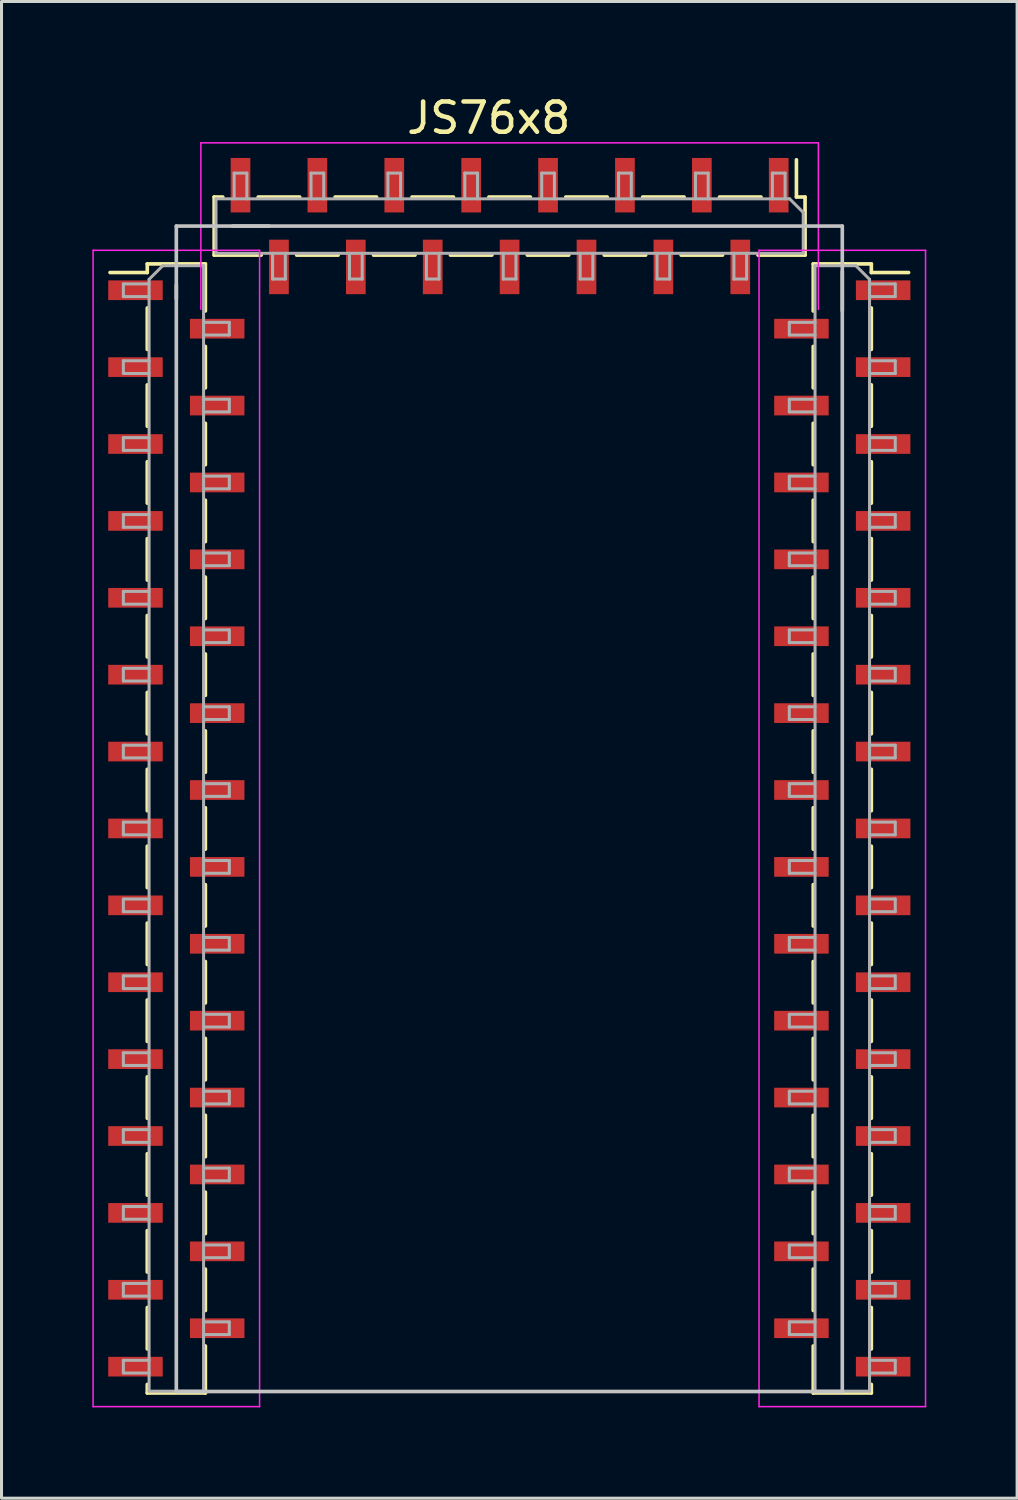
<source format=kicad_pcb>
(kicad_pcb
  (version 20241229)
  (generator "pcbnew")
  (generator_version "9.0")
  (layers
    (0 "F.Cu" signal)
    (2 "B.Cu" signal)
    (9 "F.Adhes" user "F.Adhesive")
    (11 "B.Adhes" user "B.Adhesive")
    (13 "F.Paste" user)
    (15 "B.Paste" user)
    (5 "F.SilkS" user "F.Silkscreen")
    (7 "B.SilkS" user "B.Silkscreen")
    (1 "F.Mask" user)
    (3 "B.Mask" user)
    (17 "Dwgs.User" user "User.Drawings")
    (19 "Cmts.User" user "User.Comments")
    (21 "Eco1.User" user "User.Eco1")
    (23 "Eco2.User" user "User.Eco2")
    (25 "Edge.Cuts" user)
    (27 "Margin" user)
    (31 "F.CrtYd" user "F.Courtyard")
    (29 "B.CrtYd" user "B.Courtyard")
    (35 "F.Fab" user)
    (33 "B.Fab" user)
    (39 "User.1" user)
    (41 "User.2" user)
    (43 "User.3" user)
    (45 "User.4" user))
  (footprint "JS76x8"
    (layer "F.Cu")
    (at 11.775 2.418)
    (property "Reference" "JS76x8" (at 1.32 -1.57 0) (layer "F.SilkS") (effects (font (size 1 1) (thickness 0.15))))
    (attr through_hole)
    (fp_line (start -11.19 3.535) (end -9.96 3.535) (stroke (width 0.12) (type solid)) (layer "F.SilkS"))
    (fp_line (start -9.96 3.25) (end -9.96 3.535) (stroke (width 0.12) (type solid)) (layer "F.SilkS"))
    (fp_line (start -9.96 3.25) (end -8.04 3.25) (stroke (width 0.12) (type solid)) (layer "F.SilkS"))
    (fp_line (start -9.96 4.705) (end -9.96 6.075) (stroke (width 0.12) (type solid)) (layer "F.SilkS"))
    (fp_line (start -9.96 7.245) (end -9.96 8.615) (stroke (width 0.12) (type solid)) (layer "F.SilkS"))
    (fp_line (start -9.96 9.785) (end -9.96 11.155) (stroke (width 0.12) (type solid)) (layer "F.SilkS"))
    (fp_line (start -9.96 12.325) (end -9.96 13.695) (stroke (width 0.12) (type solid)) (layer "F.SilkS"))
    (fp_line (start -9.96 14.865) (end -9.96 16.235) (stroke (width 0.12) (type solid)) (layer "F.SilkS"))
    (fp_line (start -9.96 17.405) (end -9.96 18.775) (stroke (width 0.12) (type solid)) (layer "F.SilkS"))
    (fp_line (start -9.96 19.945) (end -9.96 21.315) (stroke (width 0.12) (type solid)) (layer "F.SilkS"))
    (fp_line (start -9.96 22.485) (end -9.96 23.855) (stroke (width 0.12) (type solid)) (layer "F.SilkS"))
    (fp_line (start -9.96 25.025) (end -9.96 26.395) (stroke (width 0.12) (type solid)) (layer "F.SilkS"))
    (fp_line (start -9.96 27.565) (end -9.96 28.935) (stroke (width 0.12) (type solid)) (layer "F.SilkS"))
    (fp_line (start -9.96 30.105) (end -9.96 31.475) (stroke (width 0.12) (type solid)) (layer "F.SilkS"))
    (fp_line (start -9.96 32.645) (end -9.96 34.015) (stroke (width 0.12) (type solid)) (layer "F.SilkS"))
    (fp_line (start -9.96 35.185) (end -9.96 36.555) (stroke (width 0.12) (type solid)) (layer "F.SilkS"))
    (fp_line (start -9.96 37.725) (end -9.96 39.095) (stroke (width 0.12) (type solid)) (layer "F.SilkS"))
    (fp_line (start -9.96 40.265) (end -9.96 40.55) (stroke (width 0.12) (type solid)) (layer "F.SilkS"))
    (fp_line (start -9.96 40.55) (end -8.04 40.55) (stroke (width 0.12) (type solid)) (layer "F.SilkS"))
    (fp_line (start -8.04 3.25) (end -8.04 4.805) (stroke (width 0.12) (type solid)) (layer "F.SilkS"))
    (fp_line (start -8.04 5.975) (end -8.04 7.345) (stroke (width 0.12) (type solid)) (layer "F.SilkS"))
    (fp_line (start -8.04 8.515) (end -8.04 9.885) (stroke (width 0.12) (type solid)) (layer "F.SilkS"))
    (fp_line (start -8.04 11.055) (end -8.04 12.425) (stroke (width 0.12) (type solid)) (layer "F.SilkS"))
    (fp_line (start -8.04 13.595) (end -8.04 14.965) (stroke (width 0.12) (type solid)) (layer "F.SilkS"))
    (fp_line (start -8.04 16.135) (end -8.04 17.505) (stroke (width 0.12) (type solid)) (layer "F.SilkS"))
    (fp_line (start -8.04 18.675) (end -8.04 20.045) (stroke (width 0.12) (type solid)) (layer "F.SilkS"))
    (fp_line (start -8.04 21.215) (end -8.04 22.585) (stroke (width 0.12) (type solid)) (layer "F.SilkS"))
    (fp_line (start -8.04 23.755) (end -8.04 25.125) (stroke (width 0.12) (type solid)) (layer "F.SilkS"))
    (fp_line (start -8.04 26.295) (end -8.04 27.665) (stroke (width 0.12) (type solid)) (layer "F.SilkS"))
    (fp_line (start -8.04 28.835) (end -8.04 30.205) (stroke (width 0.12) (type solid)) (layer "F.SilkS"))
    (fp_line (start -8.04 31.375) (end -8.04 32.745) (stroke (width 0.12) (type solid)) (layer "F.SilkS"))
    (fp_line (start -8.04 33.915) (end -8.04 35.285) (stroke (width 0.12) (type solid)) (layer "F.SilkS"))
    (fp_line (start -8.04 36.455) (end -8.04 37.825) (stroke (width 0.12) (type solid)) (layer "F.SilkS"))
    (fp_line (start -8.04 38.995) (end -8.04 40.55) (stroke (width 0.12) (type solid)) (layer "F.SilkS"))
    (fp_line (start -7.75 1.04) (end -7.75 2.96) (stroke (width 0.12) (type solid)) (layer "F.SilkS"))
    (fp_line (start -7.465 1.04) (end -7.75 1.04) (stroke (width 0.12) (type solid)) (layer "F.SilkS"))
    (fp_line (start -6.195 2.96) (end -7.75 2.96) (stroke (width 0.12) (type solid)) (layer "F.SilkS"))
    (fp_line (start -4.925 1.04) (end -6.295 1.04) (stroke (width 0.12) (type solid)) (layer "F.SilkS"))
    (fp_line (start -3.655 2.96) (end -5.025 2.96) (stroke (width 0.12) (type solid)) (layer "F.SilkS"))
    (fp_line (start -2.385 1.04) (end -3.755 1.04) (stroke (width 0.12) (type solid)) (layer "F.SilkS"))
    (fp_line (start -1.115 2.96) (end -2.485 2.96) (stroke (width 0.12) (type solid)) (layer "F.SilkS"))
    (fp_line (start 0.155 1.04) (end -1.215 1.04) (stroke (width 0.12) (type solid)) (layer "F.SilkS"))
    (fp_line (start 1.425 2.96) (end 0.055 2.96) (stroke (width 0.12) (type solid)) (layer "F.SilkS"))
    (fp_line (start 2.695 1.04) (end 1.325 1.04) (stroke (width 0.12) (type solid)) (layer "F.SilkS"))
    (fp_line (start 3.965 2.96) (end 2.595 2.96) (stroke (width 0.12) (type solid)) (layer "F.SilkS"))
    (fp_line (start 5.235 1.04) (end 3.865 1.04) (stroke (width 0.12) (type solid)) (layer "F.SilkS"))
    (fp_line (start 6.505 2.96) (end 5.135 2.96) (stroke (width 0.12) (type solid)) (layer "F.SilkS"))
    (fp_line (start 7.775 1.04) (end 6.405 1.04) (stroke (width 0.12) (type solid)) (layer "F.SilkS"))
    (fp_line (start 9.045 2.96) (end 7.675 2.96) (stroke (width 0.12) (type solid)) (layer "F.SilkS"))
    (fp_line (start 10.315 1.04) (end 8.945 1.04) (stroke (width 0.12) (type solid)) (layer "F.SilkS"))
    (fp_line (start 11.485 -0.19) (end 11.485 1.04) (stroke (width 0.12) (type solid)) (layer "F.SilkS"))
    (fp_line (start 11.77 1.04) (end 11.485 1.04) (stroke (width 0.12) (type solid)) (layer "F.SilkS"))
    (fp_line (start 11.77 1.04) (end 11.77 2.96) (stroke (width 0.12) (type solid)) (layer "F.SilkS"))
    (fp_line (start 11.77 2.96) (end 10.215 2.96) (stroke (width 0.12) (type solid)) (layer "F.SilkS"))
    (fp_line (start 12.04 3.25) (end 12.04 4.805) (stroke (width 0.12) (type solid)) (layer "F.SilkS"))
    (fp_line (start 12.04 3.25) (end 13.96 3.25) (stroke (width 0.12) (type solid)) (layer "F.SilkS"))
    (fp_line (start 12.04 5.975) (end 12.04 7.345) (stroke (width 0.12) (type solid)) (layer "F.SilkS"))
    (fp_line (start 12.04 8.515) (end 12.04 9.885) (stroke (width 0.12) (type solid)) (layer "F.SilkS"))
    (fp_line (start 12.04 11.055) (end 12.04 12.425) (stroke (width 0.12) (type solid)) (layer "F.SilkS"))
    (fp_line (start 12.04 13.595) (end 12.04 14.965) (stroke (width 0.12) (type solid)) (layer "F.SilkS"))
    (fp_line (start 12.04 16.135) (end 12.04 17.505) (stroke (width 0.12) (type solid)) (layer "F.SilkS"))
    (fp_line (start 12.04 18.675) (end 12.04 20.045) (stroke (width 0.12) (type solid)) (layer "F.SilkS"))
    (fp_line (start 12.04 21.215) (end 12.04 22.585) (stroke (width 0.12) (type solid)) (layer "F.SilkS"))
    (fp_line (start 12.04 23.755) (end 12.04 25.125) (stroke (width 0.12) (type solid)) (layer "F.SilkS"))
    (fp_line (start 12.04 26.295) (end 12.04 27.665) (stroke (width 0.12) (type solid)) (layer "F.SilkS"))
    (fp_line (start 12.04 28.835) (end 12.04 30.205) (stroke (width 0.12) (type solid)) (layer "F.SilkS"))
    (fp_line (start 12.04 31.375) (end 12.04 32.745) (stroke (width 0.12) (type solid)) (layer "F.SilkS"))
    (fp_line (start 12.04 33.915) (end 12.04 35.285) (stroke (width 0.12) (type solid)) (layer "F.SilkS"))
    (fp_line (start 12.04 36.455) (end 12.04 37.825) (stroke (width 0.12) (type solid)) (layer "F.SilkS"))
    (fp_line (start 12.04 38.995) (end 12.04 40.55) (stroke (width 0.12) (type solid)) (layer "F.SilkS"))
    (fp_line (start 12.04 40.55) (end 13.96 40.55) (stroke (width 0.12) (type solid)) (layer "F.SilkS"))
    (fp_line (start 13.96 3.25) (end 13.96 3.535) (stroke (width 0.12) (type solid)) (layer "F.SilkS"))
    (fp_line (start 13.96 3.535) (end 15.19 3.535) (stroke (width 0.12) (type solid)) (layer "F.SilkS"))
    (fp_line (start 13.96 4.705) (end 13.96 6.075) (stroke (width 0.12) (type solid)) (layer "F.SilkS"))
    (fp_line (start 13.96 7.245) (end 13.96 8.615) (stroke (width 0.12) (type solid)) (layer "F.SilkS"))
    (fp_line (start 13.96 9.785) (end 13.96 11.155) (stroke (width 0.12) (type solid)) (layer "F.SilkS"))
    (fp_line (start 13.96 12.325) (end 13.96 13.695) (stroke (width 0.12) (type solid)) (layer "F.SilkS"))
    (fp_line (start 13.96 14.865) (end 13.96 16.235) (stroke (width 0.12) (type solid)) (layer "F.SilkS"))
    (fp_line (start 13.96 17.405) (end 13.96 18.775) (stroke (width 0.12) (type solid)) (layer "F.SilkS"))
    (fp_line (start 13.96 19.945) (end 13.96 21.315) (stroke (width 0.12) (type solid)) (layer "F.SilkS"))
    (fp_line (start 13.96 22.485) (end 13.96 23.855) (stroke (width 0.12) (type solid)) (layer "F.SilkS"))
    (fp_line (start 13.96 25.025) (end 13.96 26.395) (stroke (width 0.12) (type solid)) (layer "F.SilkS"))
    (fp_line (start 13.96 27.565) (end 13.96 28.935) (stroke (width 0.12) (type solid)) (layer "F.SilkS"))
    (fp_line (start 13.96 30.105) (end 13.96 31.475) (stroke (width 0.12) (type solid)) (layer "F.SilkS"))
    (fp_line (start 13.96 32.645) (end 13.96 34.015) (stroke (width 0.12) (type solid)) (layer "F.SilkS"))
    (fp_line (start 13.96 35.185) (end 13.96 36.555) (stroke (width 0.12) (type solid)) (layer "F.SilkS"))
    (fp_line (start 13.96 37.725) (end 13.96 39.095) (stroke (width 0.12) (type solid)) (layer "F.SilkS"))
    (fp_line (start 13.96 40.265) (end 13.96 40.55) (stroke (width 0.12) (type solid)) (layer "F.SilkS"))
    (fp_line (start -9 2) (end -9 40.5) (stroke (width 0.12) (type solid)) (layer "Dwgs.User"))
    (fp_line (start -9 2) (end 13 2) (stroke (width 0.12) (type solid)) (layer "Dwgs.User"))
    (fp_line (start -9 4.4) (end -9 3.95) (stroke (width 0.12) (type solid)) (layer "Dwgs.User"))
    (fp_line (start -9 40.5) (end 13 40.5) (stroke (width 0.12) (type solid)) (layer "Dwgs.User"))
    (fp_line (start -7.14 2) (end -5.94 2) (stroke (width 0.12) (type solid)) (layer "Dwgs.User"))
    (fp_line (start 13 3.5) (end 13 4.8) (stroke (width 0.12) (type solid)) (layer "Dwgs.User"))
    (fp_line (start 13 40.5) (end 13 2) (stroke (width 0.12) (type solid)) (layer "Dwgs.User"))
    (fp_line (start -11.75 2.8) (end -6.25 2.8) (stroke (width 0.05) (type solid)) (layer "F.CrtYd"))
    (fp_line (start -11.75 41) (end -11.75 2.8) (stroke (width 0.05) (type solid)) (layer "F.CrtYd"))
    (fp_line (start -8.19 -0.75) (end 12.21 -0.75) (stroke (width 0.05) (type solid)) (layer "F.CrtYd"))
    (fp_line (start -8.19 4.75) (end -8.19 -0.75) (stroke (width 0.05) (type solid)) (layer "F.CrtYd"))
    (fp_line (start -6.25 2.8) (end -6.25 41) (stroke (width 0.05) (type solid)) (layer "F.CrtYd"))
    (fp_line (start -6.25 41) (end -11.75 41) (stroke (width 0.05) (type solid)) (layer "F.CrtYd"))
    (fp_line (start 10.25 2.8) (end 15.75 2.8) (stroke (width 0.05) (type solid)) (layer "F.CrtYd"))
    (fp_line (start 10.25 41) (end 10.25 2.8) (stroke (width 0.05) (type solid)) (layer "F.CrtYd"))
    (fp_line (start 12.21 -0.75) (end 12.21 4.75) (stroke (width 0.05) (type solid)) (layer "F.CrtYd"))
    (fp_line (start 15.75 2.8) (end 15.75 41) (stroke (width 0.05) (type solid)) (layer "F.CrtYd"))
    (fp_line (start 15.75 41) (end 10.25 41) (stroke (width 0.05) (type solid)) (layer "F.CrtYd"))
    (fp_line (start -10.75 3.91) (end -9.9 3.91) (stroke (width 0.1) (type solid)) (layer "F.Fab"))
    (fp_line (start -10.75 4.33) (end -10.75 3.91) (stroke (width 0.1) (type solid)) (layer "F.Fab"))
    (fp_line (start -10.75 6.45) (end -9.9 6.45) (stroke (width 0.1) (type solid)) (layer "F.Fab"))
    (fp_line (start -10.75 6.87) (end -10.75 6.45) (stroke (width 0.1) (type solid)) (layer "F.Fab"))
    (fp_line (start -10.75 8.99) (end -9.9 8.99) (stroke (width 0.1) (type solid)) (layer "F.Fab"))
    (fp_line (start -10.75 9.41) (end -10.75 8.99) (stroke (width 0.1) (type solid)) (layer "F.Fab"))
    (fp_line (start -10.75 11.53) (end -9.9 11.53) (stroke (width 0.1) (type solid)) (layer "F.Fab"))
    (fp_line (start -10.75 11.95) (end -10.75 11.53) (stroke (width 0.1) (type solid)) (layer "F.Fab"))
    (fp_line (start -10.75 14.07) (end -9.9 14.07) (stroke (width 0.1) (type solid)) (layer "F.Fab"))
    (fp_line (start -10.75 14.49) (end -10.75 14.07) (stroke (width 0.1) (type solid)) (layer "F.Fab"))
    (fp_line (start -10.75 16.61) (end -9.9 16.61) (stroke (width 0.1) (type solid)) (layer "F.Fab"))
    (fp_line (start -10.75 17.03) (end -10.75 16.61) (stroke (width 0.1) (type solid)) (layer "F.Fab"))
    (fp_line (start -10.75 19.15) (end -9.9 19.15) (stroke (width 0.1) (type solid)) (layer "F.Fab"))
    (fp_line (start -10.75 19.57) (end -10.75 19.15) (stroke (width 0.1) (type solid)) (layer "F.Fab"))
    (fp_line (start -10.75 21.69) (end -9.9 21.69) (stroke (width 0.1) (type solid)) (layer "F.Fab"))
    (fp_line (start -10.75 22.11) (end -10.75 21.69) (stroke (width 0.1) (type solid)) (layer "F.Fab"))
    (fp_line (start -10.75 24.23) (end -9.9 24.23) (stroke (width 0.1) (type solid)) (layer "F.Fab"))
    (fp_line (start -10.75 24.65) (end -10.75 24.23) (stroke (width 0.1) (type solid)) (layer "F.Fab"))
    (fp_line (start -10.75 26.77) (end -9.9 26.77) (stroke (width 0.1) (type solid)) (layer "F.Fab"))
    (fp_line (start -10.75 27.19) (end -10.75 26.77) (stroke (width 0.1) (type solid)) (layer "F.Fab"))
    (fp_line (start -10.75 29.31) (end -9.9 29.31) (stroke (width 0.1) (type solid)) (layer "F.Fab"))
    (fp_line (start -10.75 29.73) (end -10.75 29.31) (stroke (width 0.1) (type solid)) (layer "F.Fab"))
    (fp_line (start -10.75 31.85) (end -9.9 31.85) (stroke (width 0.1) (type solid)) (layer "F.Fab"))
    (fp_line (start -10.75 32.27) (end -10.75 31.85) (stroke (width 0.1) (type solid)) (layer "F.Fab"))
    (fp_line (start -10.75 34.39) (end -9.9 34.39) (stroke (width 0.1) (type solid)) (layer "F.Fab"))
    (fp_line (start -10.75 34.81) (end -10.75 34.39) (stroke (width 0.1) (type solid)) (layer "F.Fab"))
    (fp_line (start -10.75 36.93) (end -9.9 36.93) (stroke (width 0.1) (type solid)) (layer "F.Fab"))
    (fp_line (start -10.75 37.35) (end -10.75 36.93) (stroke (width 0.1) (type solid)) (layer "F.Fab"))
    (fp_line (start -10.75 39.47) (end -9.9 39.47) (stroke (width 0.1) (type solid)) (layer "F.Fab"))
    (fp_line (start -10.75 39.89) (end -10.75 39.47) (stroke (width 0.1) (type solid)) (layer "F.Fab"))
    (fp_line (start -9.9 3.76) (end -9.45 3.31) (stroke (width 0.1) (type solid)) (layer "F.Fab"))
    (fp_line (start -9.9 4.33) (end -10.75 4.33) (stroke (width 0.1) (type solid)) (layer "F.Fab"))
    (fp_line (start -9.9 6.87) (end -10.75 6.87) (stroke (width 0.1) (type solid)) (layer "F.Fab"))
    (fp_line (start -9.9 9.41) (end -10.75 9.41) (stroke (width 0.1) (type solid)) (layer "F.Fab"))
    (fp_line (start -9.9 11.95) (end -10.75 11.95) (stroke (width 0.1) (type solid)) (layer "F.Fab"))
    (fp_line (start -9.9 14.49) (end -10.75 14.49) (stroke (width 0.1) (type solid)) (layer "F.Fab"))
    (fp_line (start -9.9 17.03) (end -10.75 17.03) (stroke (width 0.1) (type solid)) (layer "F.Fab"))
    (fp_line (start -9.9 19.57) (end -10.75 19.57) (stroke (width 0.1) (type solid)) (layer "F.Fab"))
    (fp_line (start -9.9 22.11) (end -10.75 22.11) (stroke (width 0.1) (type solid)) (layer "F.Fab"))
    (fp_line (start -9.9 24.65) (end -10.75 24.65) (stroke (width 0.1) (type solid)) (layer "F.Fab"))
    (fp_line (start -9.9 27.19) (end -10.75 27.19) (stroke (width 0.1) (type solid)) (layer "F.Fab"))
    (fp_line (start -9.9 29.73) (end -10.75 29.73) (stroke (width 0.1) (type solid)) (layer "F.Fab"))
    (fp_line (start -9.9 32.27) (end -10.75 32.27) (stroke (width 0.1) (type solid)) (layer "F.Fab"))
    (fp_line (start -9.9 34.81) (end -10.75 34.81) (stroke (width 0.1) (type solid)) (layer "F.Fab"))
    (fp_line (start -9.9 37.35) (end -10.75 37.35) (stroke (width 0.1) (type solid)) (layer "F.Fab"))
    (fp_line (start -9.9 39.89) (end -10.75 39.89) (stroke (width 0.1) (type solid)) (layer "F.Fab"))
    (fp_line (start -9.9 40.49) (end -9.9 3.76) (stroke (width 0.1) (type solid)) (layer "F.Fab"))
    (fp_line (start -9.45 3.31) (end -8.1 3.31) (stroke (width 0.1) (type solid)) (layer "F.Fab"))
    (fp_line (start -8.1 3.31) (end -8.1 40.49) (stroke (width 0.1) (type solid)) (layer "F.Fab"))
    (fp_line (start -8.1 5.18) (end -7.25 5.18) (stroke (width 0.1) (type solid)) (layer "F.Fab"))
    (fp_line (start -8.1 7.72) (end -7.25 7.72) (stroke (width 0.1) (type solid)) (layer "F.Fab"))
    (fp_line (start -8.1 10.26) (end -7.25 10.26) (stroke (width 0.1) (type solid)) (layer "F.Fab"))
    (fp_line (start -8.1 12.8) (end -7.25 12.8) (stroke (width 0.1) (type solid)) (layer "F.Fab"))
    (fp_line (start -8.1 15.34) (end -7.25 15.34) (stroke (width 0.1) (type solid)) (layer "F.Fab"))
    (fp_line (start -8.1 17.88) (end -7.25 17.88) (stroke (width 0.1) (type solid)) (layer "F.Fab"))
    (fp_line (start -8.1 20.42) (end -7.25 20.42) (stroke (width 0.1) (type solid)) (layer "F.Fab"))
    (fp_line (start -8.1 22.96) (end -7.25 22.96) (stroke (width 0.1) (type solid)) (layer "F.Fab"))
    (fp_line (start -8.1 25.5) (end -7.25 25.5) (stroke (width 0.1) (type solid)) (layer "F.Fab"))
    (fp_line (start -8.1 28.04) (end -7.25 28.04) (stroke (width 0.1) (type solid)) (layer "F.Fab"))
    (fp_line (start -8.1 30.58) (end -7.25 30.58) (stroke (width 0.1) (type solid)) (layer "F.Fab"))
    (fp_line (start -8.1 33.12) (end -7.25 33.12) (stroke (width 0.1) (type solid)) (layer "F.Fab"))
    (fp_line (start -8.1 35.66) (end -7.25 35.66) (stroke (width 0.1) (type solid)) (layer "F.Fab"))
    (fp_line (start -8.1 38.2) (end -7.25 38.2) (stroke (width 0.1) (type solid)) (layer "F.Fab"))
    (fp_line (start -8.1 40.49) (end -9.9 40.49) (stroke (width 0.1) (type solid)) (layer "F.Fab"))
    (fp_line (start -7.69 1.1) (end 11.26 1.1) (stroke (width 0.1) (type solid)) (layer "F.Fab"))
    (fp_line (start -7.69 2.9) (end -7.69 1.1) (stroke (width 0.1) (type solid)) (layer "F.Fab"))
    (fp_line (start -7.25 5.18) (end -7.25 5.6) (stroke (width 0.1) (type solid)) (layer "F.Fab"))
    (fp_line (start -7.25 5.6) (end -8.1 5.6) (stroke (width 0.1) (type solid)) (layer "F.Fab"))
    (fp_line (start -7.25 7.72) (end -7.25 8.14) (stroke (width 0.1) (type solid)) (layer "F.Fab"))
    (fp_line (start -7.25 8.14) (end -8.1 8.14) (stroke (width 0.1) (type solid)) (layer "F.Fab"))
    (fp_line (start -7.25 10.26) (end -7.25 10.68) (stroke (width 0.1) (type solid)) (layer "F.Fab"))
    (fp_line (start -7.25 10.68) (end -8.1 10.68) (stroke (width 0.1) (type solid)) (layer "F.Fab"))
    (fp_line (start -7.25 12.8) (end -7.25 13.22) (stroke (width 0.1) (type solid)) (layer "F.Fab"))
    (fp_line (start -7.25 13.22) (end -8.1 13.22) (stroke (width 0.1) (type solid)) (layer "F.Fab"))
    (fp_line (start -7.25 15.34) (end -7.25 15.76) (stroke (width 0.1) (type solid)) (layer "F.Fab"))
    (fp_line (start -7.25 15.76) (end -8.1 15.76) (stroke (width 0.1) (type solid)) (layer "F.Fab"))
    (fp_line (start -7.25 17.88) (end -7.25 18.3) (stroke (width 0.1) (type solid)) (layer "F.Fab"))
    (fp_line (start -7.25 18.3) (end -8.1 18.3) (stroke (width 0.1) (type solid)) (layer "F.Fab"))
    (fp_line (start -7.25 20.42) (end -7.25 20.84) (stroke (width 0.1) (type solid)) (layer "F.Fab"))
    (fp_line (start -7.25 20.84) (end -8.1 20.84) (stroke (width 0.1) (type solid)) (layer "F.Fab"))
    (fp_line (start -7.25 22.96) (end -7.25 23.38) (stroke (width 0.1) (type solid)) (layer "F.Fab"))
    (fp_line (start -7.25 23.38) (end -8.1 23.38) (stroke (width 0.1) (type solid)) (layer "F.Fab"))
    (fp_line (start -7.25 25.5) (end -7.25 25.92) (stroke (width 0.1) (type solid)) (layer "F.Fab"))
    (fp_line (start -7.25 25.92) (end -8.1 25.92) (stroke (width 0.1) (type solid)) (layer "F.Fab"))
    (fp_line (start -7.25 28.04) (end -7.25 28.46) (stroke (width 0.1) (type solid)) (layer "F.Fab"))
    (fp_line (start -7.25 28.46) (end -8.1 28.46) (stroke (width 0.1) (type solid)) (layer "F.Fab"))
    (fp_line (start -7.25 30.58) (end -7.25 31) (stroke (width 0.1) (type solid)) (layer "F.Fab"))
    (fp_line (start -7.25 31) (end -8.1 31) (stroke (width 0.1) (type solid)) (layer "F.Fab"))
    (fp_line (start -7.25 33.12) (end -7.25 33.54) (stroke (width 0.1) (type solid)) (layer "F.Fab"))
    (fp_line (start -7.25 33.54) (end -8.1 33.54) (stroke (width 0.1) (type solid)) (layer "F.Fab"))
    (fp_line (start -7.25 35.66) (end -7.25 36.08) (stroke (width 0.1) (type solid)) (layer "F.Fab"))
    (fp_line (start -7.25 36.08) (end -8.1 36.08) (stroke (width 0.1) (type solid)) (layer "F.Fab"))
    (fp_line (start -7.25 38.2) (end -7.25 38.62) (stroke (width 0.1) (type solid)) (layer "F.Fab"))
    (fp_line (start -7.25 38.62) (end -8.1 38.62) (stroke (width 0.1) (type solid)) (layer "F.Fab"))
    (fp_line (start -7.09 0.25) (end -6.67 0.25) (stroke (width 0.1) (type solid)) (layer "F.Fab"))
    (fp_line (start -7.09 1.1) (end -7.09 0.25) (stroke (width 0.1) (type solid)) (layer "F.Fab"))
    (fp_line (start -6.67 0.25) (end -6.67 1.1) (stroke (width 0.1) (type solid)) (layer "F.Fab"))
    (fp_line (start -5.82 3.75) (end -5.82 2.9) (stroke (width 0.1) (type solid)) (layer "F.Fab"))
    (fp_line (start -5.4 2.9) (end -5.4 3.75) (stroke (width 0.1) (type solid)) (layer "F.Fab"))
    (fp_line (start -5.4 3.75) (end -5.82 3.75) (stroke (width 0.1) (type solid)) (layer "F.Fab"))
    (fp_line (start -4.55 0.25) (end -4.13 0.25) (stroke (width 0.1) (type solid)) (layer "F.Fab"))
    (fp_line (start -4.55 1.1) (end -4.55 0.25) (stroke (width 0.1) (type solid)) (layer "F.Fab"))
    (fp_line (start -4.13 0.25) (end -4.13 1.1) (stroke (width 0.1) (type solid)) (layer "F.Fab"))
    (fp_line (start -3.28 3.75) (end -3.28 2.9) (stroke (width 0.1) (type solid)) (layer "F.Fab"))
    (fp_line (start -2.86 2.9) (end -2.86 3.75) (stroke (width 0.1) (type solid)) (layer "F.Fab"))
    (fp_line (start -2.86 3.75) (end -3.28 3.75) (stroke (width 0.1) (type solid)) (layer "F.Fab"))
    (fp_line (start -2.01 0.25) (end -1.59 0.25) (stroke (width 0.1) (type solid)) (layer "F.Fab"))
    (fp_line (start -2.01 1.1) (end -2.01 0.25) (stroke (width 0.1) (type solid)) (layer "F.Fab"))
    (fp_line (start -1.59 0.25) (end -1.59 1.1) (stroke (width 0.1) (type solid)) (layer "F.Fab"))
    (fp_line (start -0.74 3.75) (end -0.74 2.9) (stroke (width 0.1) (type solid)) (layer "F.Fab"))
    (fp_line (start -0.32 2.9) (end -0.32 3.75) (stroke (width 0.1) (type solid)) (layer "F.Fab"))
    (fp_line (start -0.32 3.75) (end -0.74 3.75) (stroke (width 0.1) (type solid)) (layer "F.Fab"))
    (fp_line (start 0.53 0.25) (end 0.95 0.25) (stroke (width 0.1) (type solid)) (layer "F.Fab"))
    (fp_line (start 0.53 1.1) (end 0.53 0.25) (stroke (width 0.1) (type solid)) (layer "F.Fab"))
    (fp_line (start 0.95 0.25) (end 0.95 1.1) (stroke (width 0.1) (type solid)) (layer "F.Fab"))
    (fp_line (start 1.8 3.75) (end 1.8 2.9) (stroke (width 0.1) (type solid)) (layer "F.Fab"))
    (fp_line (start 2.22 2.9) (end 2.22 3.75) (stroke (width 0.1) (type solid)) (layer "F.Fab"))
    (fp_line (start 2.22 3.75) (end 1.8 3.75) (stroke (width 0.1) (type solid)) (layer "F.Fab"))
    (fp_line (start 3.07 0.25) (end 3.49 0.25) (stroke (width 0.1) (type solid)) (layer "F.Fab"))
    (fp_line (start 3.07 1.1) (end 3.07 0.25) (stroke (width 0.1) (type solid)) (layer "F.Fab"))
    (fp_line (start 3.49 0.25) (end 3.49 1.1) (stroke (width 0.1) (type solid)) (layer "F.Fab"))
    (fp_line (start 4.34 3.75) (end 4.34 2.9) (stroke (width 0.1) (type solid)) (layer "F.Fab"))
    (fp_line (start 4.76 2.9) (end 4.76 3.75) (stroke (width 0.1) (type solid)) (layer "F.Fab"))
    (fp_line (start 4.76 3.75) (end 4.34 3.75) (stroke (width 0.1) (type solid)) (layer "F.Fab"))
    (fp_line (start 5.61 0.25) (end 6.03 0.25) (stroke (width 0.1) (type solid)) (layer "F.Fab"))
    (fp_line (start 5.61 1.1) (end 5.61 0.25) (stroke (width 0.1) (type solid)) (layer "F.Fab"))
    (fp_line (start 6.03 0.25) (end 6.03 1.1) (stroke (width 0.1) (type solid)) (layer "F.Fab"))
    (fp_line (start 6.88 3.75) (end 6.88 2.9) (stroke (width 0.1) (type solid)) (layer "F.Fab"))
    (fp_line (start 7.3 2.9) (end 7.3 3.75) (stroke (width 0.1) (type solid)) (layer "F.Fab"))
    (fp_line (start 7.3 3.75) (end 6.88 3.75) (stroke (width 0.1) (type solid)) (layer "F.Fab"))
    (fp_line (start 8.15 0.25) (end 8.57 0.25) (stroke (width 0.1) (type solid)) (layer "F.Fab"))
    (fp_line (start 8.15 1.1) (end 8.15 0.25) (stroke (width 0.1) (type solid)) (layer "F.Fab"))
    (fp_line (start 8.57 0.25) (end 8.57 1.1) (stroke (width 0.1) (type solid)) (layer "F.Fab"))
    (fp_line (start 9.42 3.75) (end 9.42 2.9) (stroke (width 0.1) (type solid)) (layer "F.Fab"))
    (fp_line (start 9.84 2.9) (end 9.84 3.75) (stroke (width 0.1) (type solid)) (layer "F.Fab"))
    (fp_line (start 9.84 3.75) (end 9.42 3.75) (stroke (width 0.1) (type solid)) (layer "F.Fab"))
    (fp_line (start 10.69 0.25) (end 11.11 0.25) (stroke (width 0.1) (type solid)) (layer "F.Fab"))
    (fp_line (start 10.69 1.1) (end 10.69 0.25) (stroke (width 0.1) (type solid)) (layer "F.Fab"))
    (fp_line (start 11.11 0.25) (end 11.11 1.1) (stroke (width 0.1) (type solid)) (layer "F.Fab"))
    (fp_line (start 11.25 5.18) (end 12.1 5.18) (stroke (width 0.1) (type solid)) (layer "F.Fab"))
    (fp_line (start 11.25 5.6) (end 11.25 5.18) (stroke (width 0.1) (type solid)) (layer "F.Fab"))
    (fp_line (start 11.25 7.72) (end 12.1 7.72) (stroke (width 0.1) (type solid)) (layer "F.Fab"))
    (fp_line (start 11.25 8.14) (end 11.25 7.72) (stroke (width 0.1) (type solid)) (layer "F.Fab"))
    (fp_line (start 11.25 10.26) (end 12.1 10.26) (stroke (width 0.1) (type solid)) (layer "F.Fab"))
    (fp_line (start 11.25 10.68) (end 11.25 10.26) (stroke (width 0.1) (type solid)) (layer "F.Fab"))
    (fp_line (start 11.25 12.8) (end 12.1 12.8) (stroke (width 0.1) (type solid)) (layer "F.Fab"))
    (fp_line (start 11.25 13.22) (end 11.25 12.8) (stroke (width 0.1) (type solid)) (layer "F.Fab"))
    (fp_line (start 11.25 15.34) (end 12.1 15.34) (stroke (width 0.1) (type solid)) (layer "F.Fab"))
    (fp_line (start 11.25 15.76) (end 11.25 15.34) (stroke (width 0.1) (type solid)) (layer "F.Fab"))
    (fp_line (start 11.25 17.88) (end 12.1 17.88) (stroke (width 0.1) (type solid)) (layer "F.Fab"))
    (fp_line (start 11.25 18.3) (end 11.25 17.88) (stroke (width 0.1) (type solid)) (layer "F.Fab"))
    (fp_line (start 11.25 20.42) (end 12.1 20.42) (stroke (width 0.1) (type solid)) (layer "F.Fab"))
    (fp_line (start 11.25 20.84) (end 11.25 20.42) (stroke (width 0.1) (type solid)) (layer "F.Fab"))
    (fp_line (start 11.25 22.96) (end 12.1 22.96) (stroke (width 0.1) (type solid)) (layer "F.Fab"))
    (fp_line (start 11.25 23.38) (end 11.25 22.96) (stroke (width 0.1) (type solid)) (layer "F.Fab"))
    (fp_line (start 11.25 25.5) (end 12.1 25.5) (stroke (width 0.1) (type solid)) (layer "F.Fab"))
    (fp_line (start 11.25 25.92) (end 11.25 25.5) (stroke (width 0.1) (type solid)) (layer "F.Fab"))
    (fp_line (start 11.25 28.04) (end 12.1 28.04) (stroke (width 0.1) (type solid)) (layer "F.Fab"))
    (fp_line (start 11.25 28.46) (end 11.25 28.04) (stroke (width 0.1) (type solid)) (layer "F.Fab"))
    (fp_line (start 11.25 30.58) (end 12.1 30.58) (stroke (width 0.1) (type solid)) (layer "F.Fab"))
    (fp_line (start 11.25 31) (end 11.25 30.58) (stroke (width 0.1) (type solid)) (layer "F.Fab"))
    (fp_line (start 11.25 33.12) (end 12.1 33.12) (stroke (width 0.1) (type solid)) (layer "F.Fab"))
    (fp_line (start 11.25 33.54) (end 11.25 33.12) (stroke (width 0.1) (type solid)) (layer "F.Fab"))
    (fp_line (start 11.25 35.66) (end 12.1 35.66) (stroke (width 0.1) (type solid)) (layer "F.Fab"))
    (fp_line (start 11.25 36.08) (end 11.25 35.66) (stroke (width 0.1) (type solid)) (layer "F.Fab"))
    (fp_line (start 11.25 38.2) (end 12.1 38.2) (stroke (width 0.1) (type solid)) (layer "F.Fab"))
    (fp_line (start 11.25 38.62) (end 11.25 38.2) (stroke (width 0.1) (type solid)) (layer "F.Fab"))
    (fp_line (start 11.26 1.1) (end 11.71 1.55) (stroke (width 0.1) (type solid)) (layer "F.Fab"))
    (fp_line (start 11.71 1.55) (end 11.71 2.9) (stroke (width 0.1) (type solid)) (layer "F.Fab"))
    (fp_line (start 11.71 2.9) (end -7.69 2.9) (stroke (width 0.1) (type solid)) (layer "F.Fab"))
    (fp_line (start 12.1 3.31) (end 13.45 3.31) (stroke (width 0.1) (type solid)) (layer "F.Fab"))
    (fp_line (start 12.1 5.6) (end 11.25 5.6) (stroke (width 0.1) (type solid)) (layer "F.Fab"))
    (fp_line (start 12.1 8.14) (end 11.25 8.14) (stroke (width 0.1) (type solid)) (layer "F.Fab"))
    (fp_line (start 12.1 10.68) (end 11.25 10.68) (stroke (width 0.1) (type solid)) (layer "F.Fab"))
    (fp_line (start 12.1 13.22) (end 11.25 13.22) (stroke (width 0.1) (type solid)) (layer "F.Fab"))
    (fp_line (start 12.1 15.76) (end 11.25 15.76) (stroke (width 0.1) (type solid)) (layer "F.Fab"))
    (fp_line (start 12.1 18.3) (end 11.25 18.3) (stroke (width 0.1) (type solid)) (layer "F.Fab"))
    (fp_line (start 12.1 20.84) (end 11.25 20.84) (stroke (width 0.1) (type solid)) (layer "F.Fab"))
    (fp_line (start 12.1 23.38) (end 11.25 23.38) (stroke (width 0.1) (type solid)) (layer "F.Fab"))
    (fp_line (start 12.1 25.92) (end 11.25 25.92) (stroke (width 0.1) (type solid)) (layer "F.Fab"))
    (fp_line (start 12.1 28.46) (end 11.25 28.46) (stroke (width 0.1) (type solid)) (layer "F.Fab"))
    (fp_line (start 12.1 31) (end 11.25 31) (stroke (width 0.1) (type solid)) (layer "F.Fab"))
    (fp_line (start 12.1 33.54) (end 11.25 33.54) (stroke (width 0.1) (type solid)) (layer "F.Fab"))
    (fp_line (start 12.1 36.08) (end 11.25 36.08) (stroke (width 0.1) (type solid)) (layer "F.Fab"))
    (fp_line (start 12.1 38.62) (end 11.25 38.62) (stroke (width 0.1) (type solid)) (layer "F.Fab"))
    (fp_line (start 12.1 40.49) (end 12.1 3.31) (stroke (width 0.1) (type solid)) (layer "F.Fab"))
    (fp_line (start 13.45 3.31) (end 13.9 3.76) (stroke (width 0.1) (type solid)) (layer "F.Fab"))
    (fp_line (start 13.9 3.76) (end 13.9 40.49) (stroke (width 0.1) (type solid)) (layer "F.Fab"))
    (fp_line (start 13.9 3.91) (end 14.75 3.91) (stroke (width 0.1) (type solid)) (layer "F.Fab"))
    (fp_line (start 13.9 6.45) (end 14.75 6.45) (stroke (width 0.1) (type solid)) (layer "F.Fab"))
    (fp_line (start 13.9 8.99) (end 14.75 8.99) (stroke (width 0.1) (type solid)) (layer "F.Fab"))
    (fp_line (start 13.9 11.53) (end 14.75 11.53) (stroke (width 0.1) (type solid)) (layer "F.Fab"))
    (fp_line (start 13.9 14.07) (end 14.75 14.07) (stroke (width 0.1) (type solid)) (layer "F.Fab"))
    (fp_line (start 13.9 16.61) (end 14.75 16.61) (stroke (width 0.1) (type solid)) (layer "F.Fab"))
    (fp_line (start 13.9 19.15) (end 14.75 19.15) (stroke (width 0.1) (type solid)) (layer "F.Fab"))
    (fp_line (start 13.9 21.69) (end 14.75 21.69) (stroke (width 0.1) (type solid)) (layer "F.Fab"))
    (fp_line (start 13.9 24.23) (end 14.75 24.23) (stroke (width 0.1) (type solid)) (layer "F.Fab"))
    (fp_line (start 13.9 26.77) (end 14.75 26.77) (stroke (width 0.1) (type solid)) (layer "F.Fab"))
    (fp_line (start 13.9 29.31) (end 14.75 29.31) (stroke (width 0.1) (type solid)) (layer "F.Fab"))
    (fp_line (start 13.9 31.85) (end 14.75 31.85) (stroke (width 0.1) (type solid)) (layer "F.Fab"))
    (fp_line (start 13.9 34.39) (end 14.75 34.39) (stroke (width 0.1) (type solid)) (layer "F.Fab"))
    (fp_line (start 13.9 36.93) (end 14.75 36.93) (stroke (width 0.1) (type solid)) (layer "F.Fab"))
    (fp_line (start 13.9 39.47) (end 14.75 39.47) (stroke (width 0.1) (type solid)) (layer "F.Fab"))
    (fp_line (start 13.9 40.49) (end 12.1 40.49) (stroke (width 0.1) (type solid)) (layer "F.Fab"))
    (fp_line (start 14.75 3.91) (end 14.75 4.33) (stroke (width 0.1) (type solid)) (layer "F.Fab"))
    (fp_line (start 14.75 4.33) (end 13.9 4.33) (stroke (width 0.1) (type solid)) (layer "F.Fab"))
    (fp_line (start 14.75 6.45) (end 14.75 6.87) (stroke (width 0.1) (type solid)) (layer "F.Fab"))
    (fp_line (start 14.75 6.87) (end 13.9 6.87) (stroke (width 0.1) (type solid)) (layer "F.Fab"))
    (fp_line (start 14.75 8.99) (end 14.75 9.41) (stroke (width 0.1) (type solid)) (layer "F.Fab"))
    (fp_line (start 14.75 9.41) (end 13.9 9.41) (stroke (width 0.1) (type solid)) (layer "F.Fab"))
    (fp_line (start 14.75 11.53) (end 14.75 11.95) (stroke (width 0.1) (type solid)) (layer "F.Fab"))
    (fp_line (start 14.75 11.95) (end 13.9 11.95) (stroke (width 0.1) (type solid)) (layer "F.Fab"))
    (fp_line (start 14.75 14.07) (end 14.75 14.49) (stroke (width 0.1) (type solid)) (layer "F.Fab"))
    (fp_line (start 14.75 14.49) (end 13.9 14.49) (stroke (width 0.1) (type solid)) (layer "F.Fab"))
    (fp_line (start 14.75 16.61) (end 14.75 17.03) (stroke (width 0.1) (type solid)) (layer "F.Fab"))
    (fp_line (start 14.75 17.03) (end 13.9 17.03) (stroke (width 0.1) (type solid)) (layer "F.Fab"))
    (fp_line (start 14.75 19.15) (end 14.75 19.57) (stroke (width 0.1) (type solid)) (layer "F.Fab"))
    (fp_line (start 14.75 19.57) (end 13.9 19.57) (stroke (width 0.1) (type solid)) (layer "F.Fab"))
    (fp_line (start 14.75 21.69) (end 14.75 22.11) (stroke (width 0.1) (type solid)) (layer "F.Fab"))
    (fp_line (start 14.75 22.11) (end 13.9 22.11) (stroke (width 0.1) (type solid)) (layer "F.Fab"))
    (fp_line (start 14.75 24.23) (end 14.75 24.65) (stroke (width 0.1) (type solid)) (layer "F.Fab"))
    (fp_line (start 14.75 24.65) (end 13.9 24.65) (stroke (width 0.1) (type solid)) (layer "F.Fab"))
    (fp_line (start 14.75 26.77) (end 14.75 27.19) (stroke (width 0.1) (type solid)) (layer "F.Fab"))
    (fp_line (start 14.75 27.19) (end 13.9 27.19) (stroke (width 0.1) (type solid)) (layer "F.Fab"))
    (fp_line (start 14.75 29.31) (end 14.75 29.73) (stroke (width 0.1) (type solid)) (layer "F.Fab"))
    (fp_line (start 14.75 29.73) (end 13.9 29.73) (stroke (width 0.1) (type solid)) (layer "F.Fab"))
    (fp_line (start 14.75 31.85) (end 14.75 32.27) (stroke (width 0.1) (type solid)) (layer "F.Fab"))
    (fp_line (start 14.75 32.27) (end 13.9 32.27) (stroke (width 0.1) (type solid)) (layer "F.Fab"))
    (fp_line (start 14.75 34.39) (end 14.75 34.81) (stroke (width 0.1) (type solid)) (layer "F.Fab"))
    (fp_line (start 14.75 34.81) (end 13.9 34.81) (stroke (width 0.1) (type solid)) (layer "F.Fab"))
    (fp_line (start 14.75 36.93) (end 14.75 37.35) (stroke (width 0.1) (type solid)) (layer "F.Fab"))
    (fp_line (start 14.75 37.35) (end 13.9 37.35) (stroke (width 0.1) (type solid)) (layer "F.Fab"))
    (fp_line (start 14.75 39.47) (end 14.75 39.89) (stroke (width 0.1) (type solid)) (layer "F.Fab"))
    (fp_line (start 14.75 39.89) (end 13.9 39.89) (stroke (width 0.1) (type solid)) (layer "F.Fab"))
    (pad "1" smd rect (at 14.35 39.68) (size 1.8 0.65) (layers "F.Cu" "F.Mask" "F.Paste"))
    (pad "2" smd rect (at 11.65 38.41) (size 1.8 0.65) (layers "F.Cu" "F.Mask" "F.Paste"))
    (pad "3" smd rect (at 14.35 37.14) (size 1.8 0.65) (layers "F.Cu" "F.Mask" "F.Paste"))
    (pad "4" smd rect (at 11.65 35.87) (size 1.8 0.65) (layers "F.Cu" "F.Mask" "F.Paste"))
    (pad "5" smd rect (at 14.35 34.6) (size 1.8 0.65) (layers "F.Cu" "F.Mask" "F.Paste"))
    (pad "6" smd rect (at 11.65 33.33) (size 1.8 0.65) (layers "F.Cu" "F.Mask" "F.Paste"))
    (pad "7" smd rect (at 14.35 32.06) (size 1.8 0.65) (layers "F.Cu" "F.Mask" "F.Paste"))
    (pad "8" smd rect (at 11.65 30.79) (size 1.8 0.65) (layers "F.Cu" "F.Mask" "F.Paste"))
    (pad "9" smd rect (at 14.35 29.52) (size 1.8 0.65) (layers "F.Cu" "F.Mask" "F.Paste"))
    (pad "10" smd rect (at 11.65 28.25) (size 1.8 0.65) (layers "F.Cu" "F.Mask" "F.Paste"))
    (pad "11" smd rect (at 14.35 26.98) (size 1.8 0.65) (layers "F.Cu" "F.Mask" "F.Paste"))
    (pad "12" smd rect (at 11.65 25.71) (size 1.8 0.65) (layers "F.Cu" "F.Mask" "F.Paste"))
    (pad "13" smd rect (at 14.35 24.44) (size 1.8 0.65) (layers "F.Cu" "F.Mask" "F.Paste"))
    (pad "14" smd rect (at 11.65 23.17) (size 1.8 0.65) (layers "F.Cu" "F.Mask" "F.Paste"))
    (pad "15" smd rect (at 14.35 21.9) (size 1.8 0.65) (layers "F.Cu" "F.Mask" "F.Paste"))
    (pad "16" smd rect (at 11.65 20.63) (size 1.8 0.65) (layers "F.Cu" "F.Mask" "F.Paste"))
    (pad "17" smd rect (at 14.35 19.36) (size 1.8 0.65) (layers "F.Cu" "F.Mask" "F.Paste"))
    (pad "18" smd rect (at 11.65 18.09) (size 1.8 0.65) (layers "F.Cu" "F.Mask" "F.Paste"))
    (pad "19" smd rect (at 14.35 16.82) (size 1.8 0.65) (layers "F.Cu" "F.Mask" "F.Paste"))
    (pad "20" smd rect (at 11.65 15.55) (size 1.8 0.65) (layers "F.Cu" "F.Mask" "F.Paste"))
    (pad "21" smd rect (at 14.35 14.28) (size 1.8 0.65) (layers "F.Cu" "F.Mask" "F.Paste"))
    (pad "22" smd rect (at 11.65 13.01) (size 1.8 0.65) (layers "F.Cu" "F.Mask" "F.Paste"))
    (pad "23" smd rect (at 14.35 11.74) (size 1.8 0.65) (layers "F.Cu" "F.Mask" "F.Paste"))
    (pad "24" smd rect (at 11.65 10.47) (size 1.8 0.65) (layers "F.Cu" "F.Mask" "F.Paste"))
    (pad "25" smd rect (at 14.35 9.2) (size 1.8 0.65) (layers "F.Cu" "F.Mask" "F.Paste"))
    (pad "26" smd rect (at 11.65 7.93) (size 1.8 0.65) (layers "F.Cu" "F.Mask" "F.Paste"))
    (pad "27" smd rect (at 14.35 6.66) (size 1.8 0.65) (layers "F.Cu" "F.Mask" "F.Paste"))
    (pad "28" smd rect (at 11.65 5.39) (size 1.8 0.65) (layers "F.Cu" "F.Mask" "F.Paste"))
    (pad "29" smd rect (at 14.35 4.12) (size 1.8 0.65) (layers "F.Cu" "F.Mask" "F.Paste"))
    (pad "30" smd rect (at 10.9 0.65 270) (size 1.8 0.65) (layers "F.Cu" "F.Mask" "F.Paste"))
    (pad "31" smd rect (at 9.63 3.35 270) (size 1.8 0.65) (layers "F.Cu" "F.Mask" "F.Paste"))
    (pad "32" smd rect (at 8.36 0.65 270) (size 1.8 0.65) (layers "F.Cu" "F.Mask" "F.Paste"))
    (pad "33" smd rect (at 7.09 3.35 270) (size 1.8 0.65) (layers "F.Cu" "F.Mask" "F.Paste"))
    (pad "34" smd rect (at 5.82 0.65 270) (size 1.8 0.65) (layers "F.Cu" "F.Mask" "F.Paste"))
    (pad "35" smd rect (at 4.55 3.35 270) (size 1.8 0.65) (layers "F.Cu" "F.Mask" "F.Paste"))
    (pad "36" smd rect (at 3.28 0.65 270) (size 1.8 0.65) (layers "F.Cu" "F.Mask" "F.Paste"))
    (pad "37" smd rect (at 2.01 3.35 270) (size 1.8 0.65) (layers "F.Cu" "F.Mask" "F.Paste"))
    (pad "38" smd rect (at 0.74 0.65 270) (size 1.8 0.65) (layers "F.Cu" "F.Mask" "F.Paste"))
    (pad "39" smd rect (at -0.53 3.35 270) (size 1.8 0.65) (layers "F.Cu" "F.Mask" "F.Paste"))
    (pad "40" smd rect (at -1.8 0.65 270) (size 1.8 0.65) (layers "F.Cu" "F.Mask" "F.Paste"))
    (pad "41" smd rect (at -3.07 3.35 270) (size 1.8 0.65) (layers "F.Cu" "F.Mask" "F.Paste"))
    (pad "42" smd rect (at -4.34 0.65 270) (size 1.8 0.65) (layers "F.Cu" "F.Mask" "F.Paste"))
    (pad "43" smd rect (at -5.61 3.35 270) (size 1.8 0.65) (layers "F.Cu" "F.Mask" "F.Paste"))
    (pad "44" smd rect (at -6.88 0.65 270) (size 1.8 0.65) (layers "F.Cu" "F.Mask" "F.Paste"))
    (pad "45" smd rect (at -10.35 4.12) (size 1.8 0.65) (layers "F.Cu" "F.Mask" "F.Paste"))
    (pad "46" smd rect (at -7.65 5.39) (size 1.8 0.65) (layers "F.Cu" "F.Mask" "F.Paste"))
    (pad "47" smd rect (at -10.35 6.66) (size 1.8 0.65) (layers "F.Cu" "F.Mask" "F.Paste"))
    (pad "48" smd rect (at -7.65 7.93) (size 1.8 0.65) (layers "F.Cu" "F.Mask" "F.Paste"))
    (pad "49" smd rect (at -10.35 9.2) (size 1.8 0.65) (layers "F.Cu" "F.Mask" "F.Paste"))
    (pad "50" smd rect (at -7.65 10.47) (size 1.8 0.65) (layers "F.Cu" "F.Mask" "F.Paste"))
    (pad "51" smd rect (at -10.35 11.74) (size 1.8 0.65) (layers "F.Cu" "F.Mask" "F.Paste"))
    (pad "52" smd rect (at -7.65 13.01) (size 1.8 0.65) (layers "F.Cu" "F.Mask" "F.Paste"))
    (pad "53" smd rect (at -10.35 14.28) (size 1.8 0.65) (layers "F.Cu" "F.Mask" "F.Paste"))
    (pad "54" smd rect (at -7.65 15.55) (size 1.8 0.65) (layers "F.Cu" "F.Mask" "F.Paste"))
    (pad "55" smd rect (at -10.35 16.82) (size 1.8 0.65) (layers "F.Cu" "F.Mask" "F.Paste"))
    (pad "56" smd rect (at -7.65 18.09) (size 1.8 0.65) (layers "F.Cu" "F.Mask" "F.Paste"))
    (pad "57" smd rect (at -10.35 19.36) (size 1.8 0.65) (layers "F.Cu" "F.Mask" "F.Paste"))
    (pad "58" smd rect (at -7.65 20.63) (size 1.8 0.65) (layers "F.Cu" "F.Mask" "F.Paste"))
    (pad "59" smd rect (at -10.35 21.9) (size 1.8 0.65) (layers "F.Cu" "F.Mask" "F.Paste"))
    (pad "60" smd rect (at -7.65 23.17) (size 1.8 0.65) (layers "F.Cu" "F.Mask" "F.Paste"))
    (pad "61" smd rect (at -10.35 24.44) (size 1.8 0.65) (layers "F.Cu" "F.Mask" "F.Paste"))
    (pad "62" smd rect (at -7.65 25.71) (size 1.8 0.65) (layers "F.Cu" "F.Mask" "F.Paste"))
    (pad "63" smd rect (at -10.35 26.98) (size 1.8 0.65) (layers "F.Cu" "F.Mask" "F.Paste"))
    (pad "64" smd rect (at -7.65 28.25) (size 1.8 0.65) (layers "F.Cu" "F.Mask" "F.Paste"))
    (pad "65" smd rect (at -10.35 29.52) (size 1.8 0.65) (layers "F.Cu" "F.Mask" "F.Paste"))
    (pad "66" smd rect (at -7.65 30.79) (size 1.8 0.65) (layers "F.Cu" "F.Mask" "F.Paste"))
    (pad "67" smd rect (at -10.35 32.06) (size 1.8 0.65) (layers "F.Cu" "F.Mask" "F.Paste"))
    (pad "68" smd rect (at -7.65 33.33) (size 1.8 0.65) (layers "F.Cu" "F.Mask" "F.Paste"))
    (pad "69" smd rect (at -10.35 34.6) (size 1.8 0.65) (layers "F.Cu" "F.Mask" "F.Paste"))
    (pad "70" smd rect (at -7.65 35.87) (size 1.8 0.65) (layers "F.Cu" "F.Mask" "F.Paste"))
    (pad "71" smd rect (at -10.35 37.14) (size 1.8 0.65) (layers "F.Cu" "F.Mask" "F.Paste"))
    (pad "72" smd rect (at -7.65 38.41) (size 1.8 0.65) (layers "F.Cu" "F.Mask" "F.Paste"))
    (pad "73" smd rect (at -10.35 39.68) (size 1.8 0.65) (layers "F.Cu" "F.Mask" "F.Paste")))
  (gr_rect
    (start -3 -3)
    (end 30.55 46.443)
    (stroke (width 0.1) (type default))
    (fill no)
    (layer "Edge.Cuts")))
</source>
